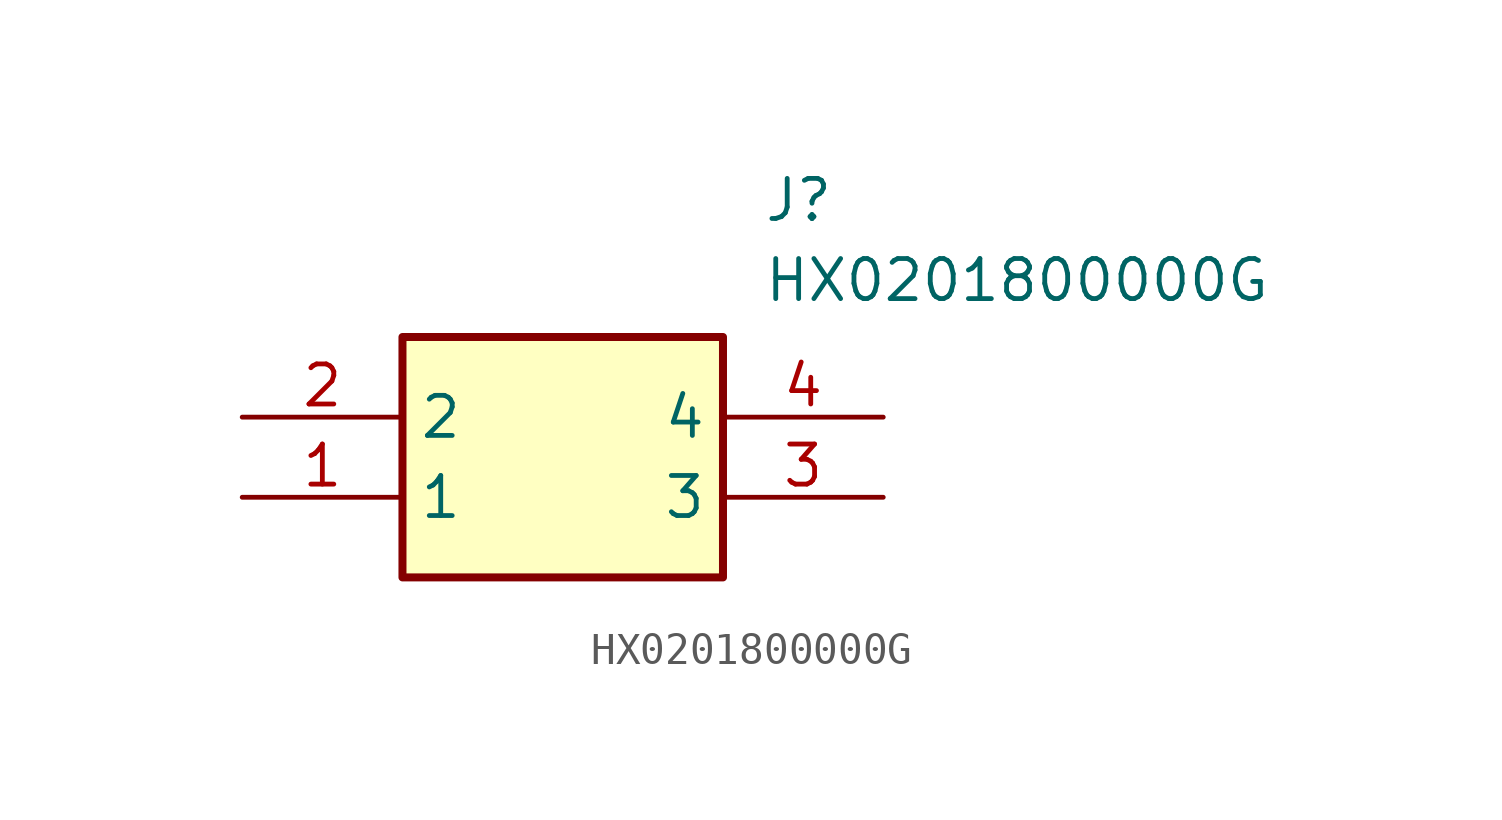
<source format=kicad_sym>
(kicad_symbol_lib
  (version 20211014)
  (generator SamacSys_ECAD_Model)
  (symbol "HX0201800000G"
    (property "Reference" "J"
      (at 16.51 7.62 0)
      (effects (font (size 1.27 1.27)) (justify left top)))
    (property "Value" "HX0201800000G"
      (at 16.51 5.08 0)
      (effects (font (size 1.27 1.27)) (justify left top)))
    (rectangle
      (start 5.08 2.54)
      (end 15.24 -5.08)
      (stroke (width 0.254) (type default))
      (fill (type background)))
    (pin passive line
      (at 0 -2.54 0)
      (length 5.08)
      (name "1" (effects (font (size 1.27 1.27))))
      (number "1" (effects (font (size 1.27 1.27)))))
    (pin passive line
      (at 0 0 0)
      (length 5.08)
      (name "2" (effects (font (size 1.27 1.27))))
      (number "2" (effects (font (size 1.27 1.27)))))
    (pin passive line
      (at 20.32 -2.54 180)
      (length 5.08)
      (name "3" (effects (font (size 1.27 1.27))))
      (number "3" (effects (font (size 1.27 1.27)))))
    (pin passive line
      (at 20.32 0 180)
      (length 5.08)
      (name "4" (effects (font (size 1.27 1.27))))
      (number "4" (effects (font (size 1.27 1.27)))))))
</source>
